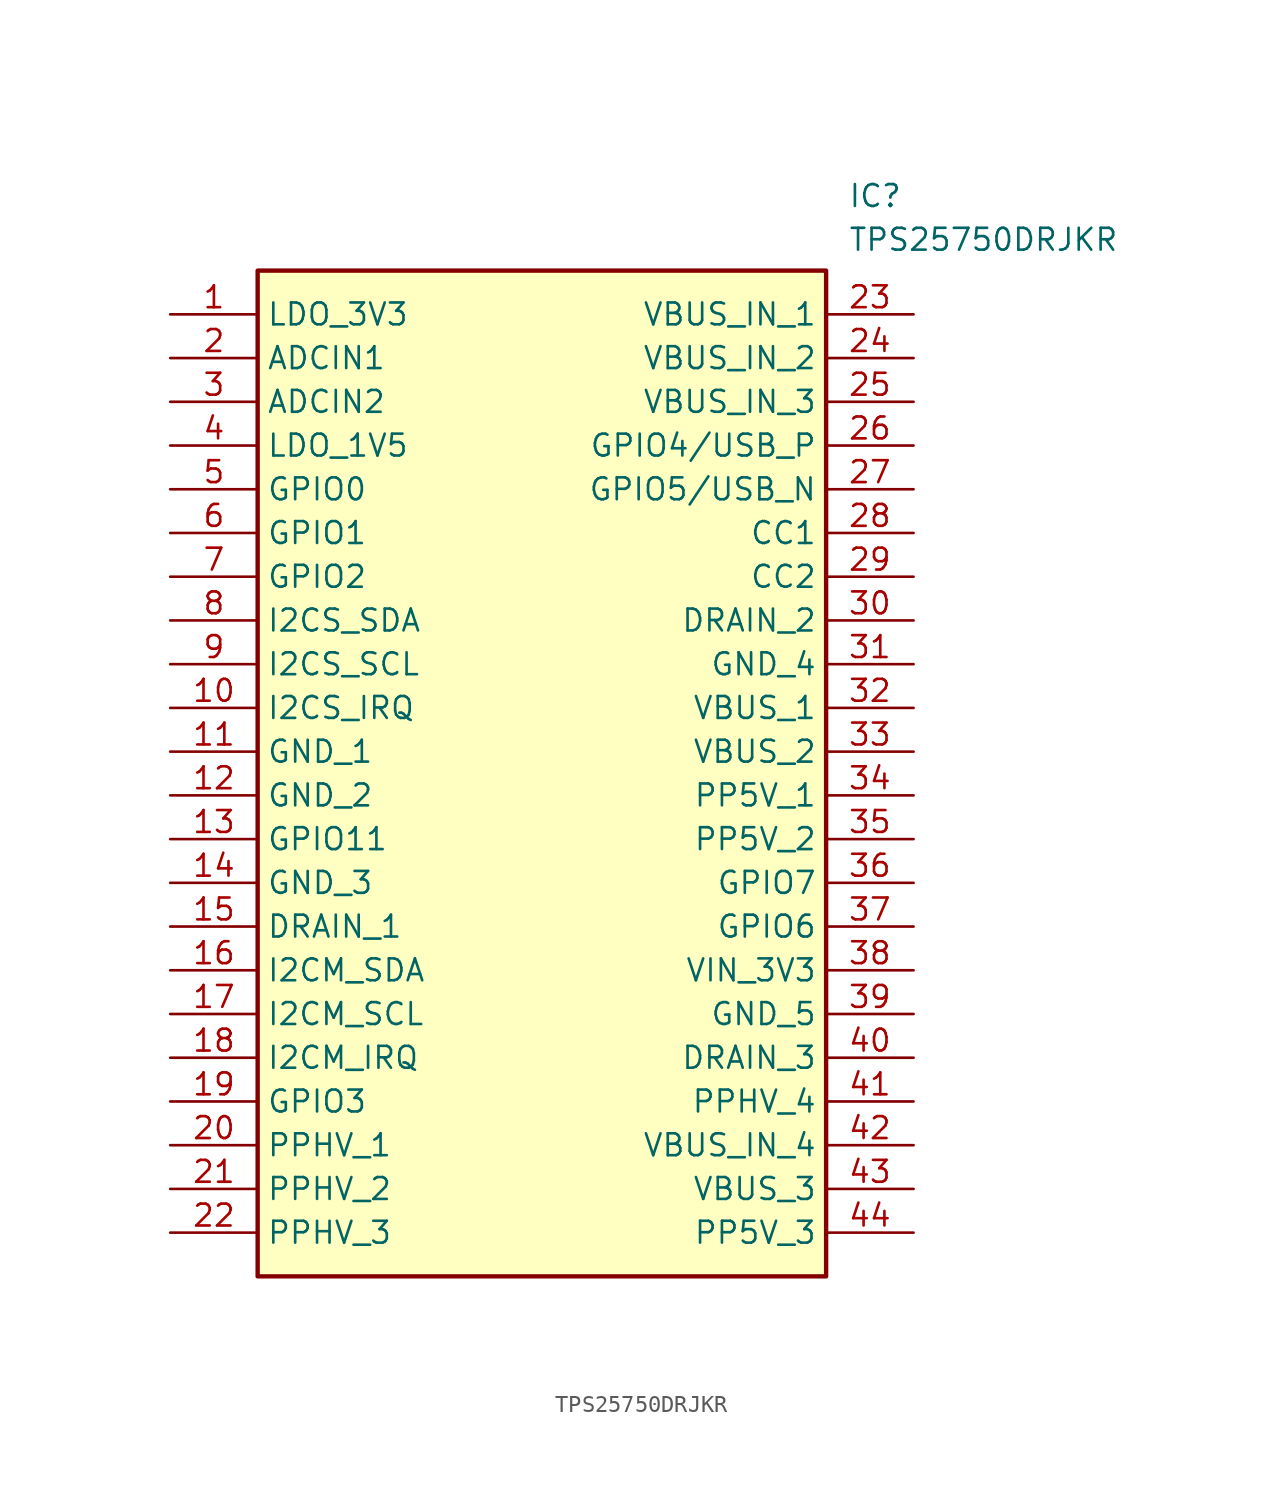
<source format=kicad_sym>
(kicad_symbol_lib
  (version 20211014)
  (generator SamacSys_ECAD_Model)
  (symbol "TPS25750DRJKR"
    (property "Reference" "IC"
      (at 39.37 7.62 0)
      (effects (font (size 1.27 1.27)) (justify left top)))
    (property "Value" "TPS25750DRJKR"
      (at 39.37 5.08 0)
      (effects (font (size 1.27 1.27)) (justify left top)))
    (rectangle
      (start 5.08 2.54)
      (end 38.1 -55.88)
      (stroke (width 0.254) (type default))
      (fill (type background)))
    (pin passive line
      (at 0 0 0)
      (length 5.08)
      (name "LDO_3V3" (effects (font (size 1.27 1.27))))
      (number "1" (effects (font (size 1.27 1.27)))))
    (pin passive line
      (at 0 -2.54 0)
      (length 5.08)
      (name "ADCIN1" (effects (font (size 1.27 1.27))))
      (number "2" (effects (font (size 1.27 1.27)))))
    (pin passive line
      (at 0 -5.08 0)
      (length 5.08)
      (name "ADCIN2" (effects (font (size 1.27 1.27))))
      (number "3" (effects (font (size 1.27 1.27)))))
    (pin passive line
      (at 0 -7.62 0)
      (length 5.08)
      (name "LDO_1V5" (effects (font (size 1.27 1.27))))
      (number "4" (effects (font (size 1.27 1.27)))))
    (pin passive line
      (at 0 -10.16 0)
      (length 5.08)
      (name "GPIO0" (effects (font (size 1.27 1.27))))
      (number "5" (effects (font (size 1.27 1.27)))))
    (pin passive line
      (at 0 -12.7 0)
      (length 5.08)
      (name "GPIO1" (effects (font (size 1.27 1.27))))
      (number "6" (effects (font (size 1.27 1.27)))))
    (pin passive line
      (at 0 -15.24 0)
      (length 5.08)
      (name "GPIO2" (effects (font (size 1.27 1.27))))
      (number "7" (effects (font (size 1.27 1.27)))))
    (pin passive line
      (at 0 -17.78 0)
      (length 5.08)
      (name "I2CS_SDA" (effects (font (size 1.27 1.27))))
      (number "8" (effects (font (size 1.27 1.27)))))
    (pin passive line
      (at 0 -20.32 0)
      (length 5.08)
      (name "I2CS_SCL" (effects (font (size 1.27 1.27))))
      (number "9" (effects (font (size 1.27 1.27)))))
    (pin passive line
      (at 0 -22.86 0)
      (length 5.08)
      (name "I2CS_IRQ" (effects (font (size 1.27 1.27))))
      (number "10" (effects (font (size 1.27 1.27)))))
    (pin passive line
      (at 0 -25.4 0)
      (length 5.08)
      (name "GND_1" (effects (font (size 1.27 1.27))))
      (number "11" (effects (font (size 1.27 1.27)))))
    (pin passive line
      (at 0 -27.94 0)
      (length 5.08)
      (name "GND_2" (effects (font (size 1.27 1.27))))
      (number "12" (effects (font (size 1.27 1.27)))))
    (pin passive line
      (at 0 -30.48 0)
      (length 5.08)
      (name "GPIO11" (effects (font (size 1.27 1.27))))
      (number "13" (effects (font (size 1.27 1.27)))))
    (pin passive line
      (at 0 -33.02 0)
      (length 5.08)
      (name "GND_3" (effects (font (size 1.27 1.27))))
      (number "14" (effects (font (size 1.27 1.27)))))
    (pin passive line
      (at 0 -35.56 0)
      (length 5.08)
      (name "DRAIN_1" (effects (font (size 1.27 1.27))))
      (number "15" (effects (font (size 1.27 1.27)))))
    (pin passive line
      (at 0 -38.1 0)
      (length 5.08)
      (name "I2CM_SDA" (effects (font (size 1.27 1.27))))
      (number "16" (effects (font (size 1.27 1.27)))))
    (pin passive line
      (at 0 -40.64 0)
      (length 5.08)
      (name "I2CM_SCL" (effects (font (size 1.27 1.27))))
      (number "17" (effects (font (size 1.27 1.27)))))
    (pin passive line
      (at 0 -43.18 0)
      (length 5.08)
      (name "I2CM_IRQ" (effects (font (size 1.27 1.27))))
      (number "18" (effects (font (size 1.27 1.27)))))
    (pin passive line
      (at 0 -45.72 0)
      (length 5.08)
      (name "GPIO3" (effects (font (size 1.27 1.27))))
      (number "19" (effects (font (size 1.27 1.27)))))
    (pin passive line
      (at 0 -48.26 0)
      (length 5.08)
      (name "PPHV_1" (effects (font (size 1.27 1.27))))
      (number "20" (effects (font (size 1.27 1.27)))))
    (pin passive line
      (at 0 -50.8 0)
      (length 5.08)
      (name "PPHV_2" (effects (font (size 1.27 1.27))))
      (number "21" (effects (font (size 1.27 1.27)))))
    (pin passive line
      (at 0 -53.34 0)
      (length 5.08)
      (name "PPHV_3" (effects (font (size 1.27 1.27))))
      (number "22" (effects (font (size 1.27 1.27)))))
    (pin passive line
      (at 43.18 0 180)
      (length 5.08)
      (name "VBUS_IN_1" (effects (font (size 1.27 1.27))))
      (number "23" (effects (font (size 1.27 1.27)))))
    (pin passive line
      (at 43.18 -2.54 180)
      (length 5.08)
      (name "VBUS_IN_2" (effects (font (size 1.27 1.27))))
      (number "24" (effects (font (size 1.27 1.27)))))
    (pin passive line
      (at 43.18 -5.08 180)
      (length 5.08)
      (name "VBUS_IN_3" (effects (font (size 1.27 1.27))))
      (number "25" (effects (font (size 1.27 1.27)))))
    (pin passive line
      (at 43.18 -7.62 180)
      (length 5.08)
      (name "GPIO4/USB_P" (effects (font (size 1.27 1.27))))
      (number "26" (effects (font (size 1.27 1.27)))))
    (pin passive line
      (at 43.18 -10.16 180)
      (length 5.08)
      (name "GPIO5/USB_N" (effects (font (size 1.27 1.27))))
      (number "27" (effects (font (size 1.27 1.27)))))
    (pin passive line
      (at 43.18 -12.7 180)
      (length 5.08)
      (name "CC1" (effects (font (size 1.27 1.27))))
      (number "28" (effects (font (size 1.27 1.27)))))
    (pin passive line
      (at 43.18 -15.24 180)
      (length 5.08)
      (name "CC2" (effects (font (size 1.27 1.27))))
      (number "29" (effects (font (size 1.27 1.27)))))
    (pin passive line
      (at 43.18 -17.78 180)
      (length 5.08)
      (name "DRAIN_2" (effects (font (size 1.27 1.27))))
      (number "30" (effects (font (size 1.27 1.27)))))
    (pin passive line
      (at 43.18 -20.32 180)
      (length 5.08)
      (name "GND_4" (effects (font (size 1.27 1.27))))
      (number "31" (effects (font (size 1.27 1.27)))))
    (pin passive line
      (at 43.18 -22.86 180)
      (length 5.08)
      (name "VBUS_1" (effects (font (size 1.27 1.27))))
      (number "32" (effects (font (size 1.27 1.27)))))
    (pin passive line
      (at 43.18 -25.4 180)
      (length 5.08)
      (name "VBUS_2" (effects (font (size 1.27 1.27))))
      (number "33" (effects (font (size 1.27 1.27)))))
    (pin passive line
      (at 43.18 -27.94 180)
      (length 5.08)
      (name "PP5V_1" (effects (font (size 1.27 1.27))))
      (number "34" (effects (font (size 1.27 1.27)))))
    (pin passive line
      (at 43.18 -30.48 180)
      (length 5.08)
      (name "PP5V_2" (effects (font (size 1.27 1.27))))
      (number "35" (effects (font (size 1.27 1.27)))))
    (pin passive line
      (at 43.18 -33.02 180)
      (length 5.08)
      (name "GPIO7" (effects (font (size 1.27 1.27))))
      (number "36" (effects (font (size 1.27 1.27)))))
    (pin passive line
      (at 43.18 -35.56 180)
      (length 5.08)
      (name "GPIO6" (effects (font (size 1.27 1.27))))
      (number "37" (effects (font (size 1.27 1.27)))))
    (pin passive line
      (at 43.18 -38.1 180)
      (length 5.08)
      (name "VIN_3V3" (effects (font (size 1.27 1.27))))
      (number "38" (effects (font (size 1.27 1.27)))))
    (pin passive line
      (at 43.18 -40.64 180)
      (length 5.08)
      (name "GND_5" (effects (font (size 1.27 1.27))))
      (number "39" (effects (font (size 1.27 1.27)))))
    (pin passive line
      (at 43.18 -43.18 180)
      (length 5.08)
      (name "DRAIN_3" (effects (font (size 1.27 1.27))))
      (number "40" (effects (font (size 1.27 1.27)))))
    (pin passive line
      (at 43.18 -45.72 180)
      (length 5.08)
      (name "PPHV_4" (effects (font (size 1.27 1.27))))
      (number "41" (effects (font (size 1.27 1.27)))))
    (pin passive line
      (at 43.18 -48.26 180)
      (length 5.08)
      (name "VBUS_IN_4" (effects (font (size 1.27 1.27))))
      (number "42" (effects (font (size 1.27 1.27)))))
    (pin passive line
      (at 43.18 -50.8 180)
      (length 5.08)
      (name "VBUS_3" (effects (font (size 1.27 1.27))))
      (number "43" (effects (font (size 1.27 1.27)))))
    (pin passive line
      (at 43.18 -53.34 180)
      (length 5.08)
      (name "PP5V_3" (effects (font (size 1.27 1.27))))
      (number "44" (effects (font (size 1.27 1.27)))))))
</source>
